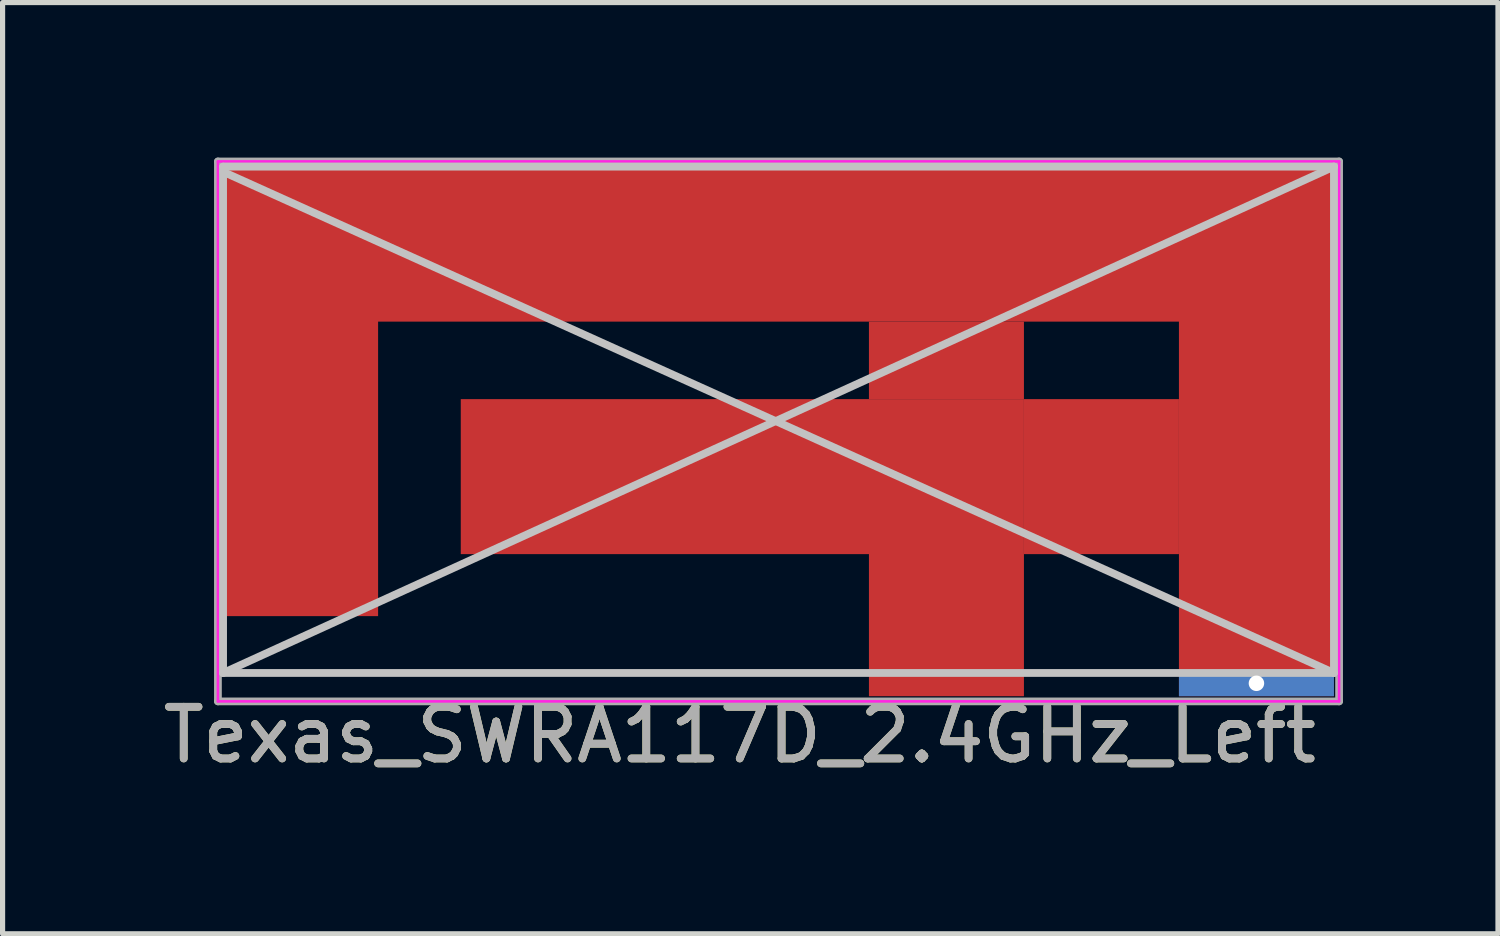
<source format=kicad_pcb>
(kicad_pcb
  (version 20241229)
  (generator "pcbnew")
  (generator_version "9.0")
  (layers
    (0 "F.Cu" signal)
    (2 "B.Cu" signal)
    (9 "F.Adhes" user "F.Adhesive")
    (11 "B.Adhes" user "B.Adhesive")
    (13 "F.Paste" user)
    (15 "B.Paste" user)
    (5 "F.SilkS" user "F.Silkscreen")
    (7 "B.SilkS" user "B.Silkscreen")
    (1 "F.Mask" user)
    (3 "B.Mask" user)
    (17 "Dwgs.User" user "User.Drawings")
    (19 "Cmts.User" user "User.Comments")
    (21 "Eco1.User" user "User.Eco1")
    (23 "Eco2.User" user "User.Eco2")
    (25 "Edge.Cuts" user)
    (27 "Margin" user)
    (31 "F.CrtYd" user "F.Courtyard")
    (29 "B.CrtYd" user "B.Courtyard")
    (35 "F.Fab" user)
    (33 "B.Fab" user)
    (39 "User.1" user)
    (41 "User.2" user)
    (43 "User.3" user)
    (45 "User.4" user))
  (footprint "Texas_SWRA117D_2.4GHz_Left"
    (layer "F.Cu")
    (at 15.268 10.175)
    (property "Reference" "Texas_SWRA117D_2.4GHz_Left" (at -4 1 0) (layer "F.SilkS") (effects (font (size 1 1) (thickness 0.15))))
    (attr exclude_from_pos_files exclude_from_bom)
    (fp_rect (start -1.5 -7) (end 1.5 -5.5) (stroke (width 0) (type solid)) (fill yes) (layer "F.Cu"))
    (fp_rect (start 1.5 -5.5) (end 4.5 -2.5) (stroke (width 0) (type solid)) (fill yes) (layer "F.Cu"))
    (fp_poly (pts (xy 1.5 -0.25) (xy 1.5 -5.5) (xy -9.4 -5.5) (xy -9.4 -2.5) (xy -1.5 -2.5) (xy -1.5 -0.25)) (stroke (width 0) (type solid)) (fill yes) (layer "F.Cu"))
    (fp_poly (pts (xy 7.5 -0.25) (xy 7.5 -10) (xy -14 -10) (xy -14 -1.3) (xy -11 -1.3) (xy -11 -7) (xy 4.5 -7) (xy 4.5 -0.25)) (stroke (width 0) (type solid)) (fill yes) (layer "F.Cu"))
    (fp_line (start -14 -0.2) (end -14 -10) (stroke (width 0.15) (type solid)) (layer "Dwgs.User"))
    (fp_line (start 7.5 -10) (end -14 -10) (stroke (width 0.15) (type solid)) (layer "Dwgs.User"))
    (fp_line (start 7.5 -10) (end -14 -0.2) (stroke (width 0.15) (type solid)) (layer "Dwgs.User"))
    (fp_line (start 7.5 -0.2) (end -14 -9.9) (stroke (width 0.15) (type solid)) (layer "Dwgs.User"))
    (fp_line (start 7.5 -0.2) (end -14 -0.2) (stroke (width 0.15) (type solid)) (layer "Dwgs.User"))
    (fp_line (start 7.5 -0.2) (end 7.5 -10) (stroke (width 0.15) (type solid)) (layer "Dwgs.User"))
    (fp_line (start -14.1 -10.1) (end -14.1 0.35) (stroke (width 0.05) (type solid)) (layer "F.CrtYd"))
    (fp_line (start -14.1 0.35) (end 7.6 0.35) (stroke (width 0.05) (type solid)) (layer "F.CrtYd"))
    (fp_line (start 7.6 -10.1) (end -14.1 -10.1) (stroke (width 0.05) (type solid)) (layer "F.CrtYd"))
    (fp_line (start 7.6 0.35) (end 7.6 -10.1) (stroke (width 0.05) (type solid)) (layer "F.CrtYd"))
    (fp_line (start -14.1 -10.1) (end -14.1 0.35) (stroke (width 0.15) (type solid)) (layer "F.Fab"))
    (fp_line (start -14.1 0.35) (end 7.6 0.35) (stroke (width 0.15) (type solid)) (layer "F.Fab"))
    (fp_line (start 7.6 -10.1) (end -14.1 -10.1) (stroke (width 0.15) (type solid)) (layer "F.Fab"))
    (fp_line (start 7.6 0.35) (end 7.6 -10.1) (stroke (width 0.15) (type solid)) (layer "F.Fab"))
    (fp_text user "${REFERENCE}" (at -4 1 0) (layer "F.Fab") (effects (font (size 1 1) (thickness 0.15))))
    (pad "1" connect rect (at 0 0) (size 3 0.5) (layers "F.Cu"))
    (pad "2" thru_hole rect (at 6 0) (size 3 0.5) (drill 0.3) (layers "*.Cu")))
  (gr_rect
    (start -3 -3)
    (end 25.943 15.023)
    (stroke (width 0.1) (type default))
    (fill no)
    (layer "Edge.Cuts")))
</source>
